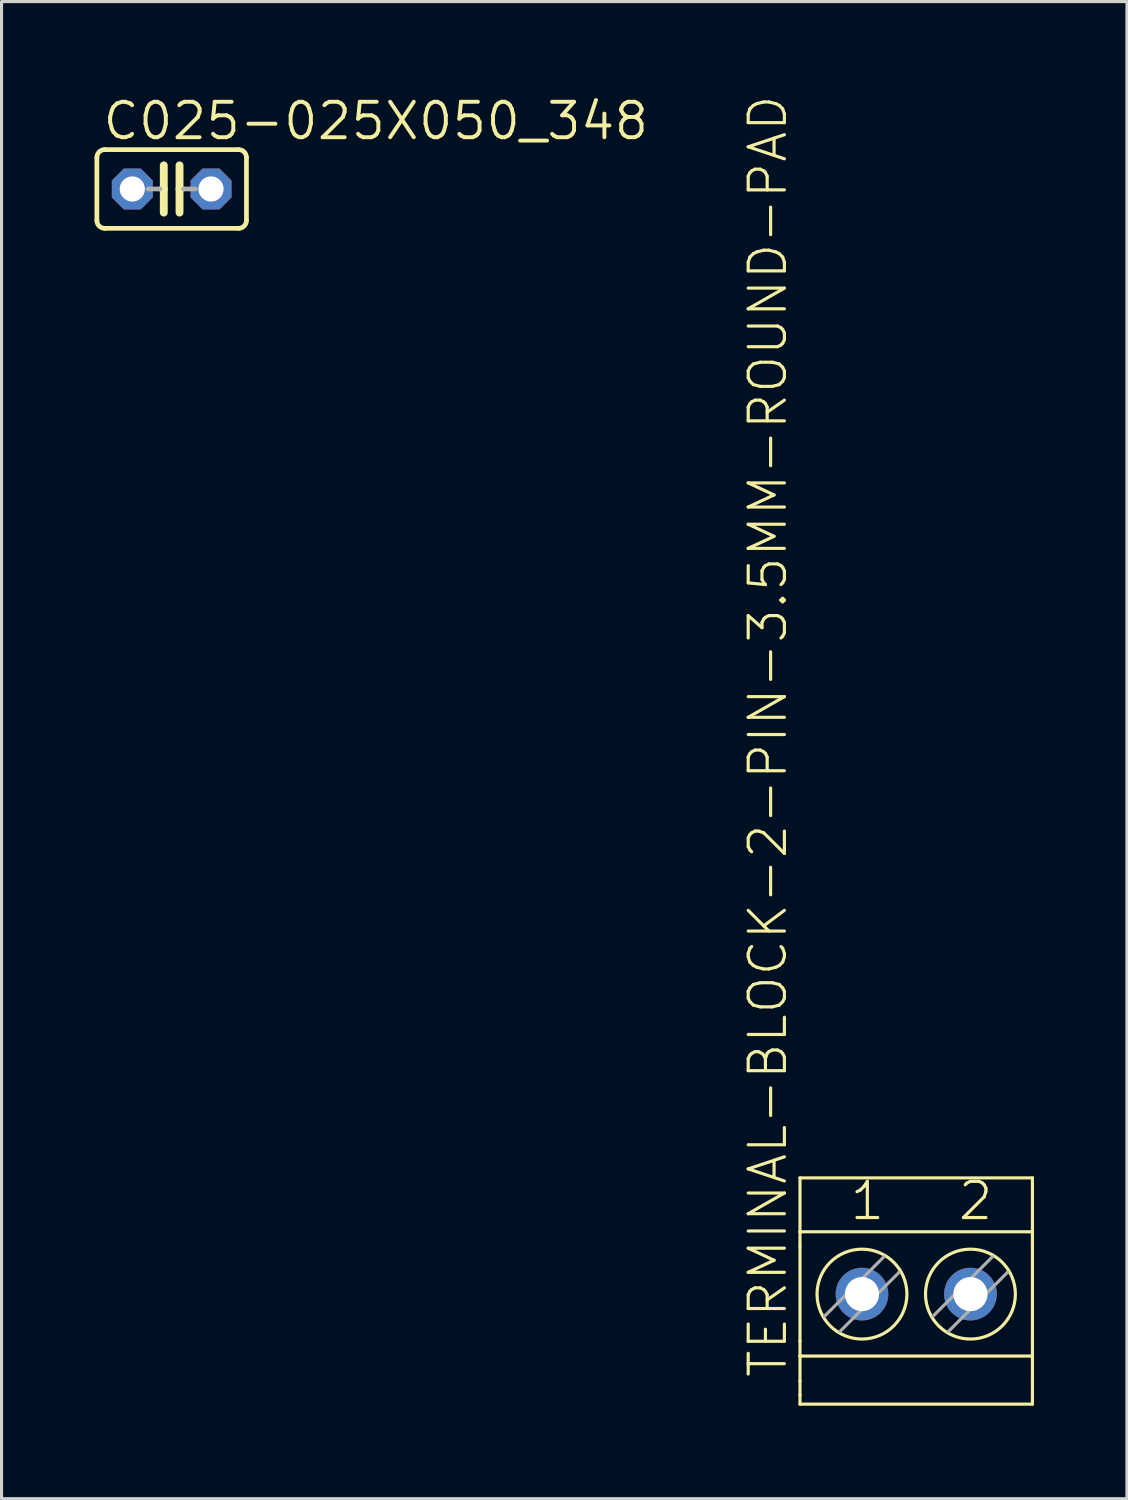
<source format=kicad_pcb>
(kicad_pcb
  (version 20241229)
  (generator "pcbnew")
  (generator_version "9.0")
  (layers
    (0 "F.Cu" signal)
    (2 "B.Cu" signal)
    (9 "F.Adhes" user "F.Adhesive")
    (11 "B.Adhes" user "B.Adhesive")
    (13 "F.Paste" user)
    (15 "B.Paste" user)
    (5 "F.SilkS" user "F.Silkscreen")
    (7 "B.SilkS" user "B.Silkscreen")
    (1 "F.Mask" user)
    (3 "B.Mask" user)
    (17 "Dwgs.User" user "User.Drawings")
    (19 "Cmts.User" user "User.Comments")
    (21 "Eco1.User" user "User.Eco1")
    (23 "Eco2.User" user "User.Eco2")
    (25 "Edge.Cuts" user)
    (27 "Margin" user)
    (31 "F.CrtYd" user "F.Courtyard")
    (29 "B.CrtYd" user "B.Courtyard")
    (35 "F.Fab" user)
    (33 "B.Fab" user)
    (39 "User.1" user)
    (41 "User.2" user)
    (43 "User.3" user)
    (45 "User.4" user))
  (footprint "TERMINAL-BLOCK-2-PIN-3.5MM-ROUND-PAD"
    (layer "F.Cu")
    (at 26.514 38.608)
    (property "Reference" "TERMINAL-BLOCK-2-PIN-3.5MM-ROUND-PAD" (at -4.105 2.857 90) (unlocked yes) (layer "F.SilkS") (effects (font (size 1.168 1.168) (thickness 0.102)) (justify left bottom)))
    (fp_line (start -3.75 -3.65) (end -3.75 -1.912) (stroke (width 0.102) (type solid)) (layer "F.SilkS"))
    (fp_line (start -3.75 -3.65) (end 3.75 -3.65) (stroke (width 0.102) (type solid)) (layer "F.SilkS"))
    (fp_line (start -3.75 -1.912) (end -3.75 -1.437) (stroke (width 0.102) (type solid)) (layer "F.SilkS"))
    (fp_line (start -3.75 -1.912) (end 3.75 -1.912) (stroke (width 0.102) (type solid)) (layer "F.SilkS"))
    (fp_line (start -3.75 1.616) (end -3.75 -1.437) (stroke (width 0.102) (type solid)) (layer "F.SilkS"))
    (fp_line (start -3.75 1.616) (end -3.75 2.099) (stroke (width 0.102) (type solid)) (layer "F.SilkS"))
    (fp_line (start -3.75 2.099) (end -3.75 2.911) (stroke (width 0.102) (type solid)) (layer "F.SilkS"))
    (fp_line (start -3.75 2.911) (end -3.75 3.35) (stroke (width 0.102) (type solid)) (layer "F.SilkS"))
    (fp_line (start -3.75 3.35) (end -3.75 3.65) (stroke (width 0.102) (type solid)) (layer "F.SilkS"))
    (fp_line (start -3.75 3.65) (end 3.75 3.65) (stroke (width 0.102) (type solid)) (layer "F.SilkS"))
    (fp_line (start -0.544 -0.611) (end -0.55 -0.605) (stroke (width 0.102) (type solid)) (layer "F.SilkS"))
    (fp_line (start 2.956 -0.611) (end 2.95 -0.605) (stroke (width 0.102) (type solid)) (layer "F.SilkS"))
    (fp_line (start 3.75 -3.65) (end 3.75 -1.912) (stroke (width 0.102) (type solid)) (layer "F.SilkS"))
    (fp_line (start 3.75 -1.437) (end 3.75 -1.912) (stroke (width 0.102) (type solid)) (layer "F.SilkS"))
    (fp_line (start 3.75 1.616) (end 3.75 -1.437) (stroke (width 0.102) (type solid)) (layer "F.SilkS"))
    (fp_line (start 3.75 1.616) (end 3.75 2.099) (stroke (width 0.102) (type solid)) (layer "F.SilkS"))
    (fp_line (start 3.75 2.099) (end -3.75 2.099) (stroke (width 0.102) (type solid)) (layer "F.SilkS"))
    (fp_line (start 3.75 2.099) (end 3.75 2.911) (stroke (width 0.102) (type solid)) (layer "F.SilkS"))
    (fp_line (start 3.75 2.911) (end 3.75 3.35) (stroke (width 0.102) (type solid)) (layer "F.SilkS"))
    (fp_line (start 3.75 3.35) (end 3.75 3.65) (stroke (width 0.102) (type solid)) (layer "F.SilkS"))
    (fp_circle (center -1.75 0.1) (end -0.3 0.1) (stroke (width 0.102) (type solid)) (fill no) (layer "F.SilkS"))
    (fp_circle (center 1.75 0.1) (end 3.2 0.1) (stroke (width 0.102) (type solid)) (fill no) (layer "F.SilkS"))
    (fp_line (start -2.956 0.811) (end -1.039 -1.106) (stroke (width 0.102) (type solid)) (layer "F.Fab"))
    (fp_line (start -0.55 -0.605) (end -2.461 1.306) (stroke (width 0.102) (type solid)) (layer "F.Fab"))
    (fp_line (start 0.544 0.811) (end 2.461 -1.106) (stroke (width 0.102) (type solid)) (layer "F.Fab"))
    (fp_line (start 2.95 -0.605) (end 1.039 1.306) (stroke (width 0.102) (type solid)) (layer "F.Fab"))
    (fp_text user "2" (at 1.292 -2.223 0) (unlocked yes) (layer "F.SilkS") (effects (font (size 1.168 1.168) (thickness 0.102)) (justify left bottom)))
    (fp_text user "1" (at -2.2 -2.223 0) (unlocked yes) (layer "F.SilkS") (effects (font (size 1.168 1.168) (thickness 0.102)) (justify left bottom)))
    (pad "1" thru_hole circle (at -1.75 0.1 90) (size 1.7 1.7) (drill 1.1) (layers "*.Cu" "*.Mask"))
    (pad "2" thru_hole circle (at 1.75 0.1 90) (size 1.7 1.7) (drill 1.1) (layers "*.Cu" "*.Mask")))
  (footprint "C025-025X050_348"
    (layer "F.Cu")
    (at 2.489 3.048)
    (property "Reference" "C025-025X050_348" (at -2.286 -1.524 0) (unlocked yes) (layer "F.SilkS") (effects (font (size 1.143 1.143) (thickness 0.127)) (justify left bottom)))
    (fp_line (start -2.413 -1.016) (end -2.413 1.016) (stroke (width 0.152) (type solid)) (layer "F.SilkS"))
    (fp_line (start -2.159 -1.27) (end 2.159 -1.27) (stroke (width 0.152) (type solid)) (layer "F.SilkS"))
    (fp_line (start -0.254 -0.762) (end -0.254 0) (stroke (width 0.254) (type solid)) (layer "F.SilkS"))
    (fp_line (start -0.254 0) (end -0.381 0) (stroke (width 0.152) (type solid)) (layer "F.SilkS"))
    (fp_line (start -0.254 0) (end -0.254 0.762) (stroke (width 0.254) (type solid)) (layer "F.SilkS"))
    (fp_line (start 0.254 0) (end 0.254 -0.762) (stroke (width 0.254) (type solid)) (layer "F.SilkS"))
    (fp_line (start 0.254 0) (end 0.254 0.762) (stroke (width 0.254) (type solid)) (layer "F.SilkS"))
    (fp_line (start 0.381 0) (end 0.254 0) (stroke (width 0.152) (type solid)) (layer "F.SilkS"))
    (fp_line (start 2.159 1.27) (end -2.159 1.27) (stroke (width 0.152) (type solid)) (layer "F.SilkS"))
    (fp_line (start 2.413 -1.016) (end 2.413 1.016) (stroke (width 0.152) (type solid)) (layer "F.SilkS"))
    (fp_arc (start -2.413 -1.016) (mid -2.338605 -1.195605) (end -2.159 -1.27) (stroke (width 0.1524) (type solid)) (layer "F.SilkS"))
    (fp_arc (start -2.159 1.27) (mid -2.338605 1.195605) (end -2.413 1.016) (stroke (width 0.1524) (type solid)) (layer "F.SilkS"))
    (fp_arc (start 2.159 -1.27) (mid 2.338605 -1.195605) (end 2.413 -1.016) (stroke (width 0.1524) (type solid)) (layer "F.SilkS"))
    (fp_arc (start 2.413 1.016) (mid 2.338605 1.195605) (end 2.159 1.27) (stroke (width 0.1524) (type solid)) (layer "F.SilkS"))
    (fp_line (start -0.381 0) (end -0.762 0) (stroke (width 0.152) (type solid)) (layer "F.Fab"))
    (fp_line (start 0.762 0) (end 0.381 0) (stroke (width 0.152) (type solid)) (layer "F.Fab"))
    (pad "1" thru_hole roundrect (at -1.27 0) (size 1.321 1.321) (drill 0.813) (layers "*.Cu" "*.Mask") (roundrect_rratio 0.25) (chamfer_ratio 0.293) (chamfer top_left top_right bottom_left bottom_right))
    (pad "2" thru_hole roundrect (at 1.27 0) (size 1.321 1.321) (drill 0.813) (layers "*.Cu" "*.Mask") (roundrect_rratio 0.25) (chamfer_ratio 0.293) (chamfer top_left top_right bottom_left bottom_right)))
  (gr_rect
    (start -3 -3)
    (end 33.315 45.309)
    (stroke (width 0.1) (type default))
    (fill no)
    (layer "Edge.Cuts")))
</source>
